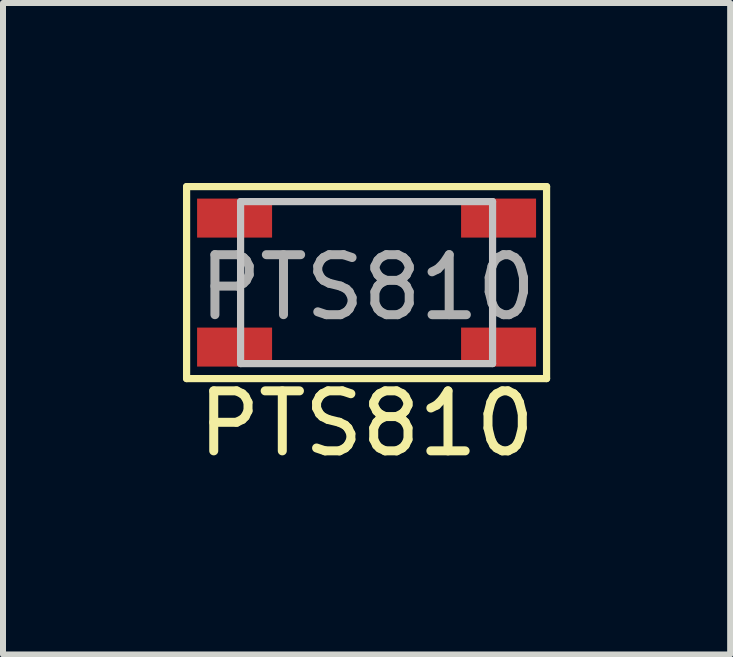
<source format=kicad_pcb>
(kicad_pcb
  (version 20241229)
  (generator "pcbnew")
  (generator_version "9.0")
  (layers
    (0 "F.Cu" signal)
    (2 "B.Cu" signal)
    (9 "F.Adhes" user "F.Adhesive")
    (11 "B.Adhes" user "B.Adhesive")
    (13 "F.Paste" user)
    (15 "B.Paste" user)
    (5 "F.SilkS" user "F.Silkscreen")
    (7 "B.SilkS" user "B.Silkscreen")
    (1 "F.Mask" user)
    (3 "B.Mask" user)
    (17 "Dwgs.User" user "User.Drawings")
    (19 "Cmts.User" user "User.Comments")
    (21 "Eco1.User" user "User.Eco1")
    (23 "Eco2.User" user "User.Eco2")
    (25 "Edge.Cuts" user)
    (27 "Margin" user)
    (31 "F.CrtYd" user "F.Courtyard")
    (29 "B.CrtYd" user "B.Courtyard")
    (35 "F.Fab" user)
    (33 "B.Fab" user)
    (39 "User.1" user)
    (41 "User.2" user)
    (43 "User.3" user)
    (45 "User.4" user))
  (footprint "PTS810"
    (layer "F.Cu")
    (at 3.06 1.66)
    (property "Reference" "PTS810" (at 0 2.35 0) (layer "F.SilkS") (effects (font (size 1 1) (thickness 0.15))))
    (attr through_hole)
    (fp_line (start -3 -1.6) (end 3 -1.6) (stroke (width 0.12) (type solid)) (layer "F.SilkS"))
    (fp_line (start -3 1.6) (end -3 -1.6) (stroke (width 0.12) (type solid)) (layer "F.SilkS"))
    (fp_line (start 3 -1.6) (end 3 1.6) (stroke (width 0.12) (type solid)) (layer "F.SilkS"))
    (fp_line (start 3 1.6) (end -3 1.6) (stroke (width 0.12) (type solid)) (layer "F.SilkS"))
    (fp_line (start -2.1 -1.35) (end 2.1 -1.35) (stroke (width 0.12) (type solid)) (layer "Dwgs.User"))
    (fp_line (start -2.1 1.35) (end -2.1 -1.35) (stroke (width 0.12) (type solid)) (layer "Dwgs.User"))
    (fp_line (start 2.1 -1.35) (end 2.1 1.35) (stroke (width 0.12) (type solid)) (layer "Dwgs.User"))
    (fp_line (start 2.1 1.35) (end -2.1 1.35) (stroke (width 0.12) (type solid)) (layer "Dwgs.User"))
    (fp_text user "${REFERENCE}" (at 0.02 0.08 0) (layer "F.Fab") (effects (font (size 1 1) (thickness 0.15))))
    (pad "1" smd rect (at -2.2 -1.075 180) (size 1.25 0.65) (layers "F.Cu" "F.Mask" "F.Paste"))
    (pad "1" smd rect (at 2.2 -1.075 180) (size 1.25 0.65) (layers "F.Cu" "F.Mask" "F.Paste"))
    (pad "2" smd rect (at -2.2 1.075 180) (size 1.25 0.65) (layers "F.Cu" "F.Mask" "F.Paste"))
    (pad "2" smd rect (at 2.2 1.075 180) (size 1.25 0.65) (layers "F.Cu" "F.Mask" "F.Paste")))
  (gr_rect
    (start -3 -3)
    (end 9.12 7.858)
    (stroke (width 0.1) (type default))
    (fill no)
    (layer "Edge.Cuts")))
</source>
